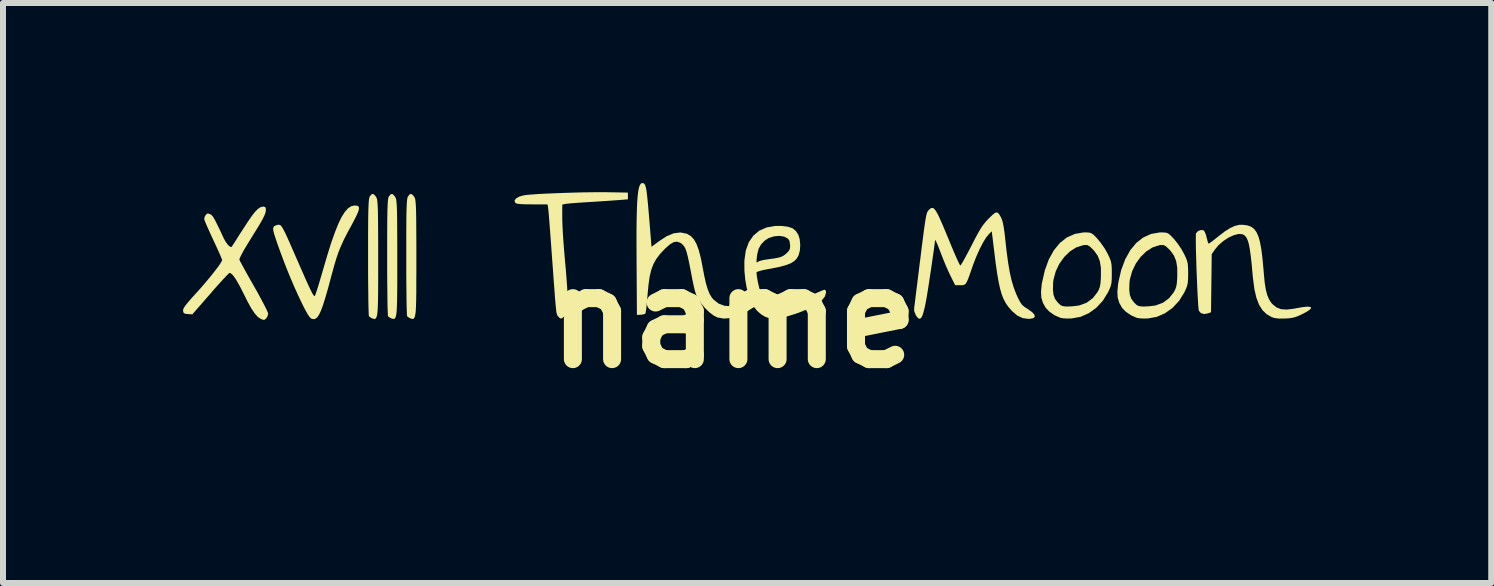
<source format=kicad_pcb>
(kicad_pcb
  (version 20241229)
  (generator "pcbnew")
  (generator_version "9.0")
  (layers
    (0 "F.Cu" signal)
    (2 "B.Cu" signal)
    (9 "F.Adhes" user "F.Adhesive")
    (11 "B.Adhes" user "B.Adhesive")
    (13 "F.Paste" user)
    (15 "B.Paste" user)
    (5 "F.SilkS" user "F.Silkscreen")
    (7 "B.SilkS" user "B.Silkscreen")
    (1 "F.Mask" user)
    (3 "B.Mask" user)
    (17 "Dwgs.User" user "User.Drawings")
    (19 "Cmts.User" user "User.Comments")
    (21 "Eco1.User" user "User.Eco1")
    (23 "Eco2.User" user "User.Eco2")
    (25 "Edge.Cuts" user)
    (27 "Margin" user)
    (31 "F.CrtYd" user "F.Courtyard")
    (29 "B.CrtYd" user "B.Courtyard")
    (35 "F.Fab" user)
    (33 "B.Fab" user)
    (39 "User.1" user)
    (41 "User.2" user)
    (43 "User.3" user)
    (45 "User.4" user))
  (footprint "name"
    (layer "F.Cu")
    (at 9.18 2.244)
    (property "Reference" "name" (at 0 0 0) (layer "F.SilkS") (effects (font (size 1.524 1.524) (thickness 0.3))))
    (attr board_only exclude_from_pos_files exclude_from_bom)
    (fp_poly (pts (xy -5.971 -2.024) (xy -5.957 -2) (xy -5.95 -1.983) (xy -5.945 -1.956) (xy -5.941 -1.916) (xy -5.937 -1.861) (xy -5.934 -1.786) (xy -5.932 -1.69) (xy -5.931 -1.568) (xy -5.93 -1.419) (xy -5.929 -1.239) (xy -5.929 -1.025) (xy -5.929 -0.987) (xy -5.929 -0.764) (xy -5.929 -0.576) (xy -5.93 -0.419) (xy -5.932 -0.292) (xy -5.935 -0.191) (xy -5.939 -0.113) (xy -5.945 -0.057) (xy -5.954 -0.018) (xy -5.965 0.006) (xy -5.978 0.018) (xy -5.995 0.02) (xy -6.015 0.015) (xy -6.039 0.006) (xy -6.041 0.005) (xy -6.075 -0.017) (xy -6.083 -0.026) (xy -6.086 -0.048) (xy -6.088 -0.104) (xy -6.091 -0.191) (xy -6.093 -0.303) (xy -6.094 -0.439) (xy -6.096 -0.595) (xy -6.097 -0.766) (xy -6.097 -0.949) (xy -6.097 -1.006) (xy -6.097 -1.225) (xy -6.097 -1.409) (xy -6.096 -1.562) (xy -6.095 -1.687) (xy -6.093 -1.787) (xy -6.09 -1.865) (xy -6.087 -1.923) (xy -6.083 -1.966) (xy -6.078 -1.995) (xy -6.072 -2.015) (xy -6.069 -2.02) (xy -6.038 -2.059) (xy -6.005 -2.06)) (stroke (width 0) (type solid)) (fill yes) (layer "F.SilkS"))
    (fp_poly (pts (xy -5.653 -2.024) (xy -5.639 -2) (xy -5.632 -1.983) (xy -5.627 -1.956) (xy -5.623 -1.916) (xy -5.619 -1.861) (xy -5.616 -1.786) (xy -5.614 -1.69) (xy -5.613 -1.568) (xy -5.612 -1.419) (xy -5.611 -1.239) (xy -5.611 -1.025) (xy -5.611 -0.987) (xy -5.611 -0.764) (xy -5.611 -0.576) (xy -5.612 -0.419) (xy -5.614 -0.292) (xy -5.617 -0.191) (xy -5.621 -0.113) (xy -5.627 -0.057) (xy -5.636 -0.018) (xy -5.647 0.006) (xy -5.66 0.018) (xy -5.677 0.02) (xy -5.697 0.015) (xy -5.721 0.006) (xy -5.723 0.005) (xy -5.757 -0.017) (xy -5.765 -0.026) (xy -5.768 -0.048) (xy -5.77 -0.104) (xy -5.773 -0.191) (xy -5.775 -0.303) (xy -5.776 -0.439) (xy -5.778 -0.595) (xy -5.779 -0.766) (xy -5.779 -0.949) (xy -5.779 -1.006) (xy -5.779 -1.225) (xy -5.779 -1.409) (xy -5.778 -1.562) (xy -5.777 -1.687) (xy -5.775 -1.787) (xy -5.772 -1.865) (xy -5.769 -1.923) (xy -5.765 -1.966) (xy -5.76 -1.995) (xy -5.754 -2.015) (xy -5.751 -2.02) (xy -5.72 -2.059) (xy -5.687 -2.06)) (stroke (width 0) (type solid)) (fill yes) (layer "F.SilkS"))
    (fp_poly (pts (xy -5.335 -2.024) (xy -5.321 -2) (xy -5.314 -1.983) (xy -5.309 -1.956) (xy -5.305 -1.916) (xy -5.301 -1.861) (xy -5.298 -1.786) (xy -5.296 -1.69) (xy -5.295 -1.568) (xy -5.294 -1.419) (xy -5.293 -1.239) (xy -5.293 -1.025) (xy -5.293 -0.987) (xy -5.293 -0.764) (xy -5.294 -0.576) (xy -5.294 -0.419) (xy -5.296 -0.292) (xy -5.299 -0.191) (xy -5.303 -0.113) (xy -5.31 -0.057) (xy -5.318 -0.018) (xy -5.329 0.006) (xy -5.342 0.018) (xy -5.359 0.02) (xy -5.379 0.015) (xy -5.403 0.006) (xy -5.405 0.005) (xy -5.439 -0.017) (xy -5.447 -0.026) (xy -5.45 -0.048) (xy -5.452 -0.104) (xy -5.455 -0.191) (xy -5.457 -0.303) (xy -5.458 -0.439) (xy -5.46 -0.595) (xy -5.461 -0.766) (xy -5.461 -0.949) (xy -5.461 -1.006) (xy -5.461 -1.225) (xy -5.461 -1.409) (xy -5.46 -1.562) (xy -5.459 -1.687) (xy -5.457 -1.787) (xy -5.454 -1.865) (xy -5.451 -1.923) (xy -5.447 -1.966) (xy -5.442 -1.995) (xy -5.436 -2.015) (xy -5.433 -2.02) (xy -5.402 -2.059) (xy -5.369 -2.06)) (stroke (width 0) (type solid)) (fill yes) (layer "F.SilkS"))
    (fp_poly (pts (xy -6.28 -1.867) (xy -6.255 -1.853) (xy -6.248 -1.825) (xy -6.257 -1.78) (xy -6.285 -1.713) (xy -6.331 -1.621) (xy -6.373 -1.542) (xy -6.445 -1.41) (xy -6.502 -1.298) (xy -6.548 -1.197) (xy -6.588 -1.099) (xy -6.624 -0.995) (xy -6.66 -0.875) (xy -6.7 -0.73) (xy -6.715 -0.675) (xy -6.765 -0.488) (xy -6.809 -0.336) (xy -6.847 -0.214) (xy -6.881 -0.121) (xy -6.913 -0.053) (xy -6.943 -0.008) (xy -6.973 0.016) (xy -7.004 0.024) (xy -7.038 0.017) (xy -7.047 0.013) (xy -7.073 -0.013) (xy -7.11 -0.069) (xy -7.156 -0.153) (xy -7.209 -0.26) (xy -7.268 -0.385) (xy -7.331 -0.525) (xy -7.395 -0.675) (xy -7.459 -0.832) (xy -7.52 -0.991) (xy -7.562 -1.104) (xy -7.608 -1.232) (xy -7.641 -1.33) (xy -7.664 -1.402) (xy -7.676 -1.453) (xy -7.679 -1.488) (xy -7.673 -1.51) (xy -7.661 -1.526) (xy -7.656 -1.529) (xy -7.611 -1.547) (xy -7.576 -1.549) (xy -7.563 -1.544) (xy -7.548 -1.533) (xy -7.531 -1.51) (xy -7.51 -1.474) (xy -7.482 -1.421) (xy -7.447 -1.346) (xy -7.403 -1.248) (xy -7.348 -1.122) (xy -7.28 -0.966) (xy -7.268 -0.939) (xy -7.196 -0.775) (xy -7.138 -0.643) (xy -7.091 -0.54) (xy -7.055 -0.463) (xy -7.028 -0.41) (xy -7.008 -0.377) (xy -6.994 -0.362) (xy -6.985 -0.363) (xy -6.984 -0.364) (xy -6.973 -0.39) (xy -6.954 -0.446) (xy -6.928 -0.527) (xy -6.898 -0.628) (xy -6.864 -0.743) (xy -6.847 -0.802) (xy -6.776 -1.044) (xy -6.711 -1.252) (xy -6.649 -1.425) (xy -6.592 -1.568) (xy -6.537 -1.681) (xy -6.483 -1.765) (xy -6.431 -1.824) (xy -6.378 -1.858) (xy -6.324 -1.87) (xy -6.321 -1.87)) (stroke (width 0) (type solid)) (fill yes) (layer "F.SilkS"))
    (fp_poly (pts (xy -2.095 -2.091) (xy -1.768 -2.085) (xy -1.768 -1.973) (xy -1.927 -1.96) (xy -2 -1.955) (xy -2.1 -1.948) (xy -2.217 -1.94) (xy -2.341 -1.932) (xy -2.422 -1.927) (xy -2.534 -1.92) (xy -2.636 -1.913) (xy -2.722 -1.906) (xy -2.783 -1.9) (xy -2.81 -1.896) (xy -2.862 -1.885) (xy -2.862 -1.658) (xy -2.86 -1.575) (xy -2.855 -1.463) (xy -2.847 -1.33) (xy -2.836 -1.185) (xy -2.824 -1.035) (xy -2.815 -0.935) (xy -2.802 -0.791) (xy -2.791 -0.65) (xy -2.781 -0.517) (xy -2.774 -0.401) (xy -2.769 -0.309) (xy -2.768 -0.261) (xy -2.769 -0.177) (xy -2.772 -0.122) (xy -2.78 -0.085) (xy -2.794 -0.059) (xy -2.818 -0.034) (xy -2.821 -0.032) (xy -2.86 0.004) (xy -2.884 0.015) (xy -2.906 0.004) (xy -2.926 -0.017) (xy -2.934 -0.027) (xy -2.942 -0.036) (xy -2.948 -0.049) (xy -2.954 -0.068) (xy -2.96 -0.097) (xy -2.965 -0.139) (xy -2.971 -0.196) (xy -2.978 -0.273) (xy -2.986 -0.373) (xy -2.995 -0.498) (xy -3.007 -0.652) (xy -3.02 -0.837) (xy -3.031 -0.982) (xy -3.043 -1.152) (xy -3.055 -1.312) (xy -3.066 -1.458) (xy -3.076 -1.586) (xy -3.084 -1.692) (xy -3.091 -1.77) (xy -3.096 -1.818) (xy -3.097 -1.828) (xy -3.107 -1.889) (xy -3.365 -1.889) (xy -3.473 -1.89) (xy -3.55 -1.893) (xy -3.601 -1.898) (xy -3.631 -1.906) (xy -3.648 -1.918) (xy -3.657 -1.952) (xy -3.634 -1.986) (xy -3.582 -2.017) (xy -3.511 -2.038) (xy -3.459 -2.046) (xy -3.375 -2.053) (xy -3.264 -2.061) (xy -3.133 -2.068) (xy -2.986 -2.074) (xy -2.83 -2.08) (xy -2.669 -2.085) (xy -2.51 -2.089) (xy -2.357 -2.091) (xy -2.217 -2.092)) (stroke (width 0) (type solid)) (fill yes) (layer "F.SilkS"))
    (fp_poly (pts (xy 5.904 -1.42) (xy 5.942 -1.413) (xy 5.975 -1.395) (xy 6.014 -1.359) (xy 6.056 -1.314) (xy 6.117 -1.239) (xy 6.179 -1.149) (xy 6.225 -1.066) (xy 6.257 -0.999) (xy 6.277 -0.946) (xy 6.288 -0.895) (xy 6.293 -0.833) (xy 6.294 -0.748) (xy 6.294 -0.739) (xy 6.293 -0.649) (xy 6.289 -0.585) (xy 6.278 -0.534) (xy 6.259 -0.484) (xy 6.232 -0.425) (xy 6.145 -0.284) (xy 6.036 -0.166) (xy 5.911 -0.076) (xy 5.773 -0.015) (xy 5.628 0.011) (xy 5.621 0.012) (xy 5.546 0.013) (xy 5.481 0.009) (xy 5.44 0.002) (xy 5.344 -0.04) (xy 5.258 -0.098) (xy 5.196 -0.162) (xy 5.192 -0.167) (xy 5.146 -0.249) (xy 5.12 -0.336) (xy 5.115 -0.437) (xy 5.118 -0.467) (xy 5.313 -0.467) (xy 5.323 -0.383) (xy 5.347 -0.316) (xy 5.39 -0.258) (xy 5.394 -0.253) (xy 5.435 -0.214) (xy 5.471 -0.195) (xy 5.519 -0.188) (xy 5.561 -0.187) (xy 5.642 -0.191) (xy 5.727 -0.201) (xy 5.759 -0.207) (xy 5.876 -0.251) (xy 5.977 -0.326) (xy 6.054 -0.424) (xy 6.079 -0.471) (xy 6.095 -0.516) (xy 6.105 -0.57) (xy 6.111 -0.644) (xy 6.113 -0.702) (xy 6.112 -0.837) (xy 6.094 -0.945) (xy 6.058 -1.035) (xy 6 -1.116) (xy 5.967 -1.15) (xy 5.922 -1.191) (xy 5.888 -1.21) (xy 5.85 -1.213) (xy 5.814 -1.208) (xy 5.702 -1.172) (xy 5.596 -1.105) (xy 5.501 -1.012) (xy 5.42 -0.899) (xy 5.36 -0.773) (xy 5.323 -0.638) (xy 5.316 -0.579) (xy 5.313 -0.467) (xy 5.118 -0.467) (xy 5.127 -0.561) (xy 5.132 -0.587) (xy 5.179 -0.793) (xy 5.245 -0.973) (xy 5.329 -1.124) (xy 5.429 -1.246) (xy 5.545 -1.337) (xy 5.676 -1.396) (xy 5.818 -1.421) (xy 5.85 -1.422)) (stroke (width 0) (type solid)) (fill yes) (layer "F.SilkS"))
    (fp_poly (pts (xy 7.176 -1.42) (xy 7.214 -1.413) (xy 7.247 -1.395) (xy 7.286 -1.359) (xy 7.328 -1.314) (xy 7.389 -1.239) (xy 7.451 -1.149) (xy 7.497 -1.066) (xy 7.529 -0.999) (xy 7.549 -0.946) (xy 7.56 -0.895) (xy 7.565 -0.833) (xy 7.566 -0.748) (xy 7.566 -0.739) (xy 7.565 -0.649) (xy 7.56 -0.585) (xy 7.55 -0.534) (xy 7.531 -0.484) (xy 7.504 -0.425) (xy 7.417 -0.284) (xy 7.308 -0.166) (xy 7.182 -0.076) (xy 7.045 -0.015) (xy 6.9 0.011) (xy 6.892 0.012) (xy 6.818 0.013) (xy 6.753 0.009) (xy 6.711 0.002) (xy 6.616 -0.04) (xy 6.53 -0.098) (xy 6.467 -0.162) (xy 6.464 -0.167) (xy 6.418 -0.249) (xy 6.392 -0.336) (xy 6.387 -0.437) (xy 6.39 -0.467) (xy 6.585 -0.467) (xy 6.594 -0.383) (xy 6.619 -0.316) (xy 6.662 -0.258) (xy 6.666 -0.253) (xy 6.706 -0.214) (xy 6.743 -0.195) (xy 6.791 -0.188) (xy 6.833 -0.187) (xy 6.914 -0.191) (xy 6.999 -0.201) (xy 7.031 -0.207) (xy 7.148 -0.251) (xy 7.249 -0.326) (xy 7.326 -0.424) (xy 7.351 -0.471) (xy 7.367 -0.516) (xy 7.377 -0.57) (xy 7.383 -0.644) (xy 7.385 -0.702) (xy 7.384 -0.837) (xy 7.366 -0.945) (xy 7.33 -1.035) (xy 7.272 -1.116) (xy 7.239 -1.15) (xy 7.194 -1.191) (xy 7.16 -1.21) (xy 7.122 -1.213) (xy 7.086 -1.208) (xy 6.974 -1.172) (xy 6.868 -1.105) (xy 6.773 -1.012) (xy 6.692 -0.899) (xy 6.632 -0.773) (xy 6.595 -0.638) (xy 6.588 -0.579) (xy 6.585 -0.467) (xy 6.39 -0.467) (xy 6.399 -0.561) (xy 6.403 -0.587) (xy 6.45 -0.793) (xy 6.517 -0.973) (xy 6.601 -1.124) (xy 6.701 -1.246) (xy 6.817 -1.337) (xy 6.947 -1.396) (xy 7.09 -1.421) (xy 7.122 -1.422)) (stroke (width 0) (type solid)) (fill yes) (layer "F.SilkS"))
    (fp_poly (pts (xy 8.555 -1.538) (xy 8.614 -1.517) (xy 8.663 -1.482) (xy 8.703 -1.429) (xy 8.736 -1.357) (xy 8.763 -1.261) (xy 8.786 -1.138) (xy 8.805 -0.985) (xy 8.822 -0.799) (xy 8.827 -0.739) (xy 8.841 -0.588) (xy 8.86 -0.47) (xy 8.884 -0.377) (xy 8.915 -0.304) (xy 8.954 -0.245) (xy 8.976 -0.222) (xy 9.04 -0.171) (xy 9.114 -0.143) (xy 9.205 -0.136) (xy 9.318 -0.149) (xy 9.361 -0.157) (xy 9.474 -0.177) (xy 9.555 -0.185) (xy 9.602 -0.18) (xy 9.616 -0.164) (xy 9.596 -0.137) (xy 9.54 -0.099) (xy 9.472 -0.063) (xy 9.392 -0.026) (xy 9.326 -0.004) (xy 9.257 0.008) (xy 9.178 0.013) (xy 9.079 0.014) (xy 9.007 0.005) (xy 8.959 -0.01) (xy 8.873 -0.06) (xy 8.803 -0.128) (xy 8.747 -0.218) (xy 8.703 -0.333) (xy 8.67 -0.476) (xy 8.647 -0.651) (xy 8.641 -0.711) (xy 8.625 -0.888) (xy 8.609 -1.032) (xy 8.593 -1.145) (xy 8.576 -1.233) (xy 8.556 -1.297) (xy 8.533 -1.342) (xy 8.506 -1.372) (xy 8.474 -1.39) (xy 8.471 -1.391) (xy 8.407 -1.396) (xy 8.328 -1.376) (xy 8.24 -1.336) (xy 8.153 -1.279) (xy 8.074 -1.211) (xy 8.014 -1.139) (xy 7.959 -1.06) (xy 7.953 -0.576) (xy 7.947 -0.092) (xy 7.898 -0.073) (xy 7.832 -0.062) (xy 7.778 -0.078) (xy 7.744 -0.117) (xy 7.74 -0.146) (xy 7.734 -0.206) (xy 7.729 -0.292) (xy 7.723 -0.399) (xy 7.717 -0.522) (xy 7.712 -0.654) (xy 7.706 -0.79) (xy 7.702 -0.925) (xy 7.698 -1.054) (xy 7.695 -1.171) (xy 7.694 -1.27) (xy 7.694 -1.346) (xy 7.695 -1.394) (xy 7.697 -1.406) (xy 7.727 -1.441) (xy 7.773 -1.461) (xy 7.817 -1.459) (xy 7.823 -1.457) (xy 7.843 -1.43) (xy 7.864 -1.378) (xy 7.874 -1.337) (xy 7.888 -1.281) (xy 7.901 -1.244) (xy 7.908 -1.234) (xy 7.927 -1.246) (xy 7.968 -1.275) (xy 8.024 -1.319) (xy 8.06 -1.348) (xy 8.171 -1.434) (xy 8.265 -1.494) (xy 8.346 -1.531) (xy 8.421 -1.548) (xy 8.484 -1.548)) (stroke (width 0) (type solid)) (fill yes) (layer "F.SilkS"))
    (fp_poly (pts (xy -7.81 -1.844) (xy -7.8 -1.813) (xy -7.8 -1.804) (xy -7.802 -1.773) (xy -7.811 -1.738) (xy -7.829 -1.694) (xy -7.857 -1.638) (xy -7.899 -1.564) (xy -7.957 -1.469) (xy -8.032 -1.348) (xy -8.05 -1.319) (xy -8.115 -1.213) (xy -8.17 -1.121) (xy -8.21 -1.046) (xy -8.235 -0.994) (xy -8.242 -0.969) (xy -8.231 -0.944) (xy -8.203 -0.892) (xy -8.162 -0.817) (xy -8.111 -0.724) (xy -8.051 -0.618) (xy -7.998 -0.525) (xy -7.933 -0.41) (xy -7.876 -0.304) (xy -7.827 -0.212) (xy -7.79 -0.138) (xy -7.768 -0.087) (xy -7.762 -0.067) (xy -7.773 -0.025) (xy -7.797 0.014) (xy -7.826 0.035) (xy -7.834 0.036) (xy -7.86 0.029) (xy -7.885 0.019) (xy -7.932 -0.011) (xy -7.984 -0.069) (xy -8.042 -0.155) (xy -8.107 -0.272) (xy -8.164 -0.387) (xy -8.236 -0.529) (xy -8.297 -0.635) (xy -8.347 -0.706) (xy -8.387 -0.742) (xy -8.406 -0.747) (xy -8.424 -0.733) (xy -8.462 -0.694) (xy -8.517 -0.635) (xy -8.586 -0.559) (xy -8.665 -0.471) (xy -8.725 -0.401) (xy -9.025 -0.057) (xy -9.099 -0.061) (xy -9.148 -0.067) (xy -9.172 -0.083) (xy -9.18 -0.115) (xy -9.178 -0.138) (xy -9.165 -0.168) (xy -9.137 -0.209) (xy -9.091 -0.265) (xy -9.025 -0.341) (xy -8.973 -0.398) (xy -8.879 -0.502) (xy -8.79 -0.606) (xy -8.709 -0.704) (xy -8.639 -0.793) (xy -8.583 -0.867) (xy -8.546 -0.924) (xy -8.529 -0.958) (xy -8.529 -0.961) (xy -8.537 -0.985) (xy -8.558 -1.037) (xy -8.591 -1.111) (xy -8.632 -1.201) (xy -8.679 -1.301) (xy -8.726 -1.403) (xy -8.767 -1.494) (xy -8.8 -1.569) (xy -8.821 -1.622) (xy -8.828 -1.647) (xy -8.818 -1.685) (xy -8.802 -1.712) (xy -8.777 -1.736) (xy -8.746 -1.733) (xy -8.729 -1.726) (xy -8.711 -1.715) (xy -8.693 -1.698) (xy -8.673 -1.67) (xy -8.648 -1.627) (xy -8.616 -1.563) (xy -8.573 -1.476) (xy -8.519 -1.36) (xy -8.502 -1.323) (xy -8.468 -1.262) (xy -8.431 -1.213) (xy -8.397 -1.183) (xy -8.373 -1.179) (xy -8.371 -1.182) (xy -8.359 -1.199) (xy -8.331 -1.242) (xy -8.289 -1.307) (xy -8.238 -1.388) (xy -8.183 -1.473) (xy -8.101 -1.599) (xy -8.034 -1.696) (xy -7.979 -1.766) (xy -7.933 -1.813) (xy -7.893 -1.84) (xy -7.856 -1.851) (xy -7.845 -1.852)) (stroke (width 0) (type solid)) (fill yes) (layer "F.SilkS"))
    (fp_poly (pts (xy 3.314 -1.829) (xy 3.339 -1.811) (xy 3.367 -1.773) (xy 3.401 -1.712) (xy 3.441 -1.625) (xy 3.491 -1.51) (xy 3.552 -1.363) (xy 3.572 -1.315) (xy 3.622 -1.194) (xy 3.667 -1.087) (xy 3.707 -0.996) (xy 3.739 -0.926) (xy 3.761 -0.883) (xy 3.771 -0.87) (xy 3.784 -0.886) (xy 3.811 -0.93) (xy 3.849 -0.998) (xy 3.895 -1.084) (xy 3.947 -1.184) (xy 3.956 -1.201) (xy 4.018 -1.322) (xy 4.069 -1.416) (xy 4.111 -1.488) (xy 4.15 -1.546) (xy 4.19 -1.595) (xy 4.233 -1.643) (xy 4.245 -1.654) (xy 4.307 -1.715) (xy 4.351 -1.749) (xy 4.383 -1.755) (xy 4.41 -1.735) (xy 4.439 -1.688) (xy 4.453 -1.662) (xy 4.473 -1.607) (xy 4.491 -1.523) (xy 4.508 -1.407) (xy 4.518 -1.314) (xy 4.542 -1.098) (xy 4.567 -0.915) (xy 4.594 -0.758) (xy 4.624 -0.624) (xy 4.659 -0.507) (xy 4.698 -0.403) (xy 4.725 -0.342) (xy 4.762 -0.27) (xy 4.795 -0.22) (xy 4.835 -0.183) (xy 4.891 -0.147) (xy 4.892 -0.146) (xy 4.965 -0.095) (xy 5.005 -0.051) (xy 5.011 -0.016) (xy 4.985 0.008) (xy 4.924 0.018) (xy 4.907 0.019) (xy 4.809 0.006) (xy 4.721 -0.035) (xy 4.635 -0.108) (xy 4.619 -0.125) (xy 4.569 -0.183) (xy 4.527 -0.244) (xy 4.491 -0.311) (xy 4.46 -0.39) (xy 4.433 -0.484) (xy 4.408 -0.598) (xy 4.384 -0.737) (xy 4.36 -0.904) (xy 4.337 -1.089) (xy 4.294 -1.44) (xy 4.246 -1.393) (xy 4.2 -1.336) (xy 4.147 -1.25) (xy 4.091 -1.141) (xy 4.035 -1.015) (xy 3.982 -0.88) (xy 3.968 -0.837) (xy 3.93 -0.729) (xy 3.902 -0.651) (xy 3.879 -0.599) (xy 3.859 -0.567) (xy 3.837 -0.55) (xy 3.811 -0.543) (xy 3.777 -0.542) (xy 3.768 -0.542) (xy 3.685 -0.542) (xy 3.607 -0.697) (xy 3.57 -0.776) (xy 3.525 -0.877) (xy 3.48 -0.988) (xy 3.439 -1.094) (xy 3.407 -1.177) (xy 3.38 -1.242) (xy 3.36 -1.283) (xy 3.35 -1.295) (xy 3.348 -1.291) (xy 3.346 -1.261) (xy 3.338 -1.199) (xy 3.326 -1.11) (xy 3.31 -1) (xy 3.292 -0.872) (xy 3.271 -0.733) (xy 3.265 -0.692) (xy 3.235 -0.496) (xy 3.209 -0.336) (xy 3.185 -0.208) (xy 3.162 -0.111) (xy 3.141 -0.042) (xy 3.12 -0.000322) (xy 3.098 0.017) (xy 3.075 0.013) (xy 3.05 -0.012) (xy 3.029 -0.042) (xy 3.001 -0.112) (xy 3.002 -0.168) (xy 3.006 -0.201) (xy 3.015 -0.266) (xy 3.026 -0.36) (xy 3.041 -0.478) (xy 3.058 -0.615) (xy 3.077 -0.768) (xy 3.097 -0.932) (xy 3.105 -0.99) (xy 3.128 -1.179) (xy 3.148 -1.334) (xy 3.164 -1.46) (xy 3.178 -1.558) (xy 3.19 -1.634) (xy 3.2 -1.691) (xy 3.21 -1.731) (xy 3.219 -1.758) (xy 3.229 -1.777) (xy 3.239 -1.789) (xy 3.266 -1.815) (xy 3.29 -1.829)) (stroke (width 0) (type solid)) (fill yes) (layer "F.SilkS"))
    (fp_poly (pts (xy -1.507 -2.241) (xy -1.492 -2.228) (xy -1.478 -2.201) (xy -1.466 -2.157) (xy -1.455 -2.092) (xy -1.445 -2.002) (xy -1.433 -1.883) (xy -1.42 -1.731) (xy -1.416 -1.687) (xy -1.375 -1.182) (xy -1.253 -1.273) (xy -1.123 -1.358) (xy -1.004 -1.407) (xy -0.893 -1.421) (xy -0.789 -1.4) (xy -0.779 -1.396) (xy -0.719 -1.36) (xy -0.667 -1.304) (xy -0.623 -1.224) (xy -0.585 -1.118) (xy -0.55 -0.98) (xy -0.525 -0.85) (xy -0.495 -0.693) (xy -0.467 -0.568) (xy -0.437 -0.471) (xy -0.406 -0.395) (xy -0.37 -0.336) (xy -0.341 -0.302) (xy -0.259 -0.237) (xy -0.161 -0.2) (xy -0.042 -0.19) (xy 0.013 -0.193) (xy 0.071 -0.203) (xy 0.137 -0.22) (xy 0.2 -0.241) (xy 0.25 -0.262) (xy 0.278 -0.28) (xy 0.281 -0.286) (xy 0.274 -0.304) (xy 0.259 -0.346) (xy 0.245 -0.384) (xy 0.211 -0.498) (xy 0.187 -0.636) (xy 0.173 -0.784) (xy 0.172 -0.93) (xy 0.173 -0.956) (xy 0.375 -0.956) (xy 0.375 -0.927) (xy 0.384 -0.922) (xy 0.398 -0.932) (xy 0.431 -0.947) (xy 0.489 -0.962) (xy 0.56 -0.973) (xy 0.565 -0.974) (xy 0.664 -0.987) (xy 0.734 -1) (xy 0.784 -1.014) (xy 0.823 -1.033) (xy 0.858 -1.059) (xy 0.871 -1.07) (xy 0.913 -1.113) (xy 0.932 -1.155) (xy 0.935 -1.205) (xy 0.924 -1.279) (xy 0.901 -1.316) (xy 0.837 -1.351) (xy 0.754 -1.364) (xy 0.664 -1.356) (xy 0.577 -1.328) (xy 0.513 -1.287) (xy 0.45 -1.221) (xy 0.41 -1.15) (xy 0.387 -1.06) (xy 0.381 -1.016) (xy 0.375 -0.956) (xy 0.173 -0.956) (xy 0.173 -0.957) (xy 0.196 -1.12) (xy 0.246 -1.258) (xy 0.322 -1.368) (xy 0.421 -1.451) (xy 0.545 -1.505) (xy 0.69 -1.53) (xy 0.799 -1.529) (xy 0.901 -1.516) (xy 0.976 -1.49) (xy 1.03 -1.446) (xy 1.071 -1.383) (xy 1.094 -1.308) (xy 1.103 -1.214) (xy 1.097 -1.12) (xy 1.075 -1.04) (xy 1.073 -1.035) (xy 1.043 -0.984) (xy 1.002 -0.943) (xy 0.946 -0.908) (xy 0.87 -0.878) (xy 0.769 -0.85) (xy 0.637 -0.823) (xy 0.566 -0.81) (xy 0.483 -0.794) (xy 0.42 -0.777) (xy 0.382 -0.763) (xy 0.374 -0.755) (xy 0.38 -0.691) (xy 0.395 -0.606) (xy 0.416 -0.512) (xy 0.441 -0.422) (xy 0.465 -0.349) (xy 0.481 -0.314) (xy 0.532 -0.241) (xy 0.594 -0.185) (xy 0.657 -0.154) (xy 0.686 -0.15) (xy 0.761 -0.16) (xy 0.865 -0.191) (xy 0.996 -0.24) (xy 1.152 -0.309) (xy 1.211 -0.337) (xy 1.304 -0.381) (xy 1.388 -0.419) (xy 1.454 -0.448) (xy 1.496 -0.464) (xy 1.508 -0.468) (xy 1.528 -0.452) (xy 1.534 -0.426) (xy 1.515 -0.355) (xy 1.459 -0.285) (xy 1.368 -0.216) (xy 1.24 -0.149) (xy 1.077 -0.084) (xy 1.023 -0.065) (xy 0.884 -0.022) (xy 0.771 0.004) (xy 0.68 0.015) (xy 0.604 0.011) (xy 0.537 -0.009) (xy 0.515 -0.018) (xy 0.453 -0.056) (xy 0.397 -0.103) (xy 0.38 -0.121) (xy 0.332 -0.181) (xy 0.241 -0.12) (xy 0.101 -0.042) (xy -0.037 0.003) (xy -0.168 0.014) (xy -0.278 -0.005) (xy -0.34 -0.037) (xy -0.413 -0.093) (xy -0.487 -0.165) (xy -0.553 -0.244) (xy -0.592 -0.302) (xy -0.615 -0.344) (xy -0.634 -0.391) (xy -0.652 -0.449) (xy -0.671 -0.525) (xy -0.692 -0.625) (xy -0.717 -0.755) (xy -0.719 -0.767) (xy -0.746 -0.906) (xy -0.769 -1.013) (xy -0.79 -1.094) (xy -0.811 -1.153) (xy -0.834 -1.194) (xy -0.862 -1.224) (xy -0.895 -1.248) (xy -0.901 -1.251) (xy -0.951 -1.268) (xy -1.005 -1.26) (xy -1.066 -1.224) (xy -1.141 -1.159) (xy -1.158 -1.142) (xy -1.235 -1.06) (xy -1.296 -0.979) (xy -1.343 -0.894) (xy -1.379 -0.799) (xy -1.406 -0.686) (xy -1.425 -0.549) (xy -1.441 -0.382) (xy -1.442 -0.365) (xy -1.451 -0.266) (xy -1.459 -0.18) (xy -1.468 -0.114) (xy -1.475 -0.075) (xy -1.478 -0.068) (xy -1.505 -0.057) (xy -1.551 -0.05) (xy -1.555 -0.05) (xy -1.618 -0.047) (xy -1.624 -0.945) (xy -1.625 -1.205) (xy -1.625 -1.43) (xy -1.623 -1.622) (xy -1.619 -1.784) (xy -1.614 -1.917) (xy -1.606 -2.024) (xy -1.596 -2.107) (xy -1.584 -2.168) (xy -1.569 -2.21) (xy -1.552 -2.235) (xy -1.531 -2.244) (xy -1.526 -2.244)) (stroke (width 0) (type solid)) (fill yes) (layer "F.SilkS")))
  (gr_rect
    (start -3 -3)
    (end 21.796 6.663)
    (stroke (width 0.1) (type default))
    (fill no)
    (layer "Edge.Cuts")))
</source>
